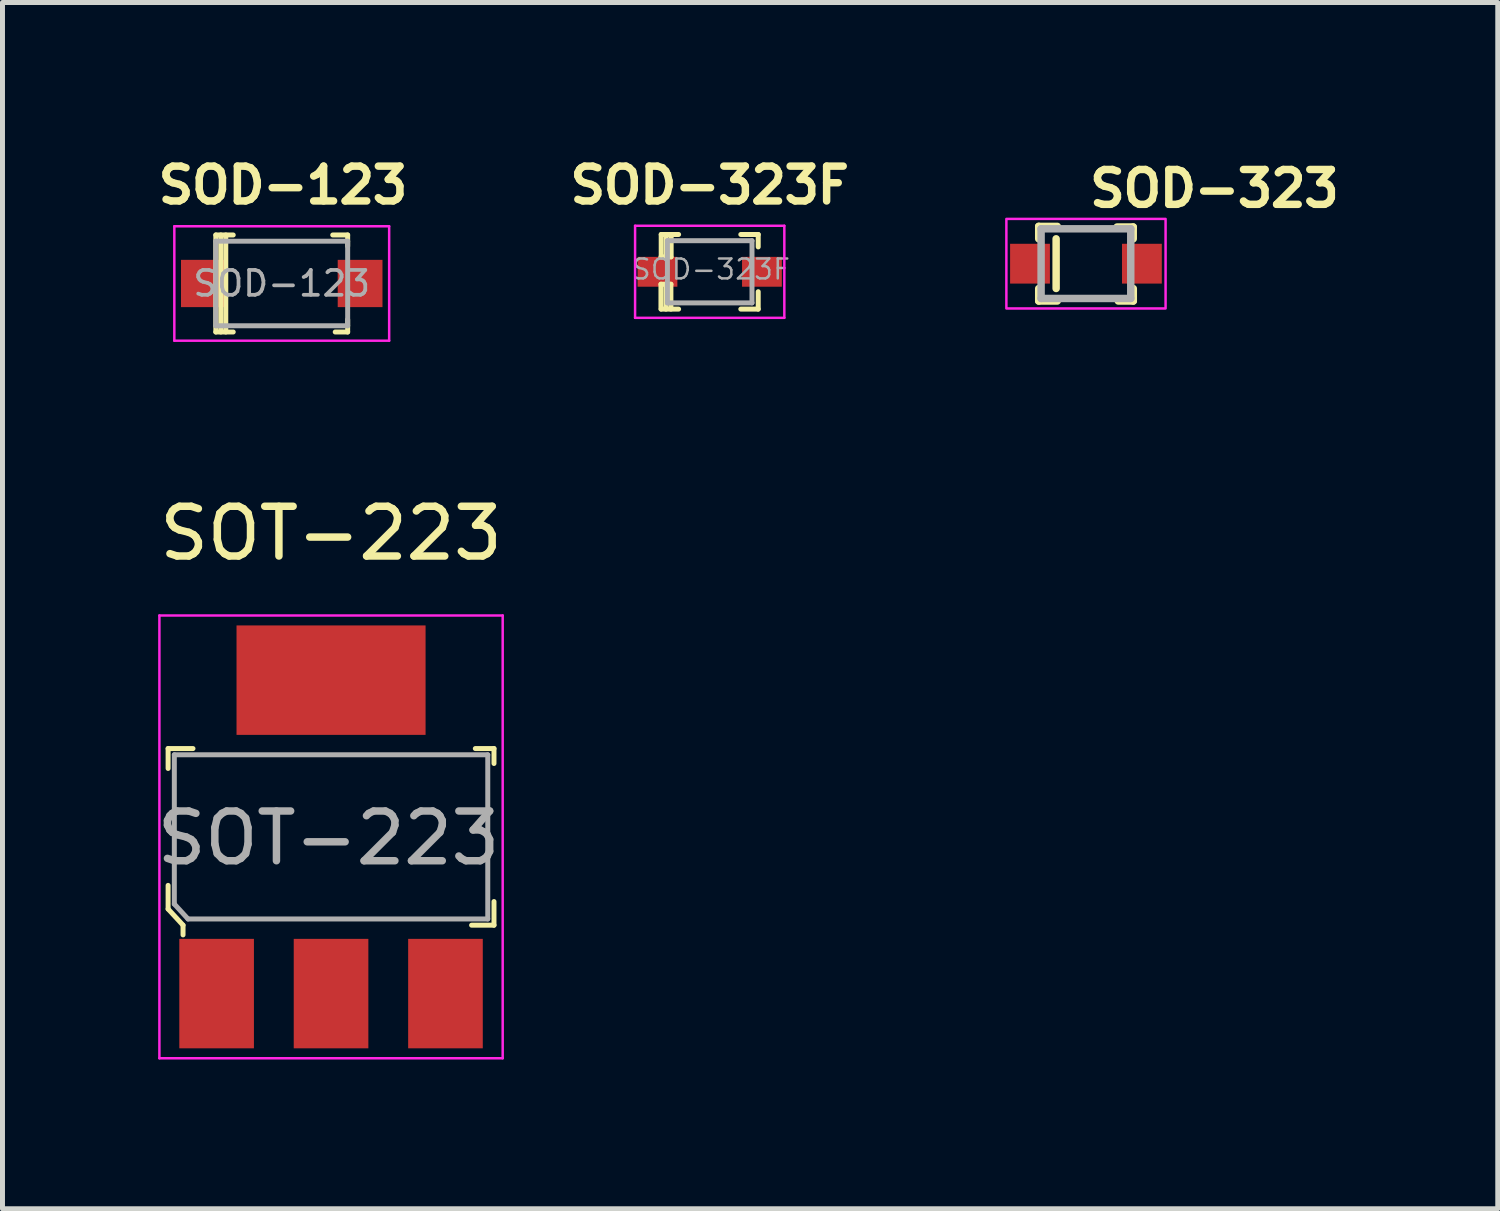
<source format=kicad_pcb>
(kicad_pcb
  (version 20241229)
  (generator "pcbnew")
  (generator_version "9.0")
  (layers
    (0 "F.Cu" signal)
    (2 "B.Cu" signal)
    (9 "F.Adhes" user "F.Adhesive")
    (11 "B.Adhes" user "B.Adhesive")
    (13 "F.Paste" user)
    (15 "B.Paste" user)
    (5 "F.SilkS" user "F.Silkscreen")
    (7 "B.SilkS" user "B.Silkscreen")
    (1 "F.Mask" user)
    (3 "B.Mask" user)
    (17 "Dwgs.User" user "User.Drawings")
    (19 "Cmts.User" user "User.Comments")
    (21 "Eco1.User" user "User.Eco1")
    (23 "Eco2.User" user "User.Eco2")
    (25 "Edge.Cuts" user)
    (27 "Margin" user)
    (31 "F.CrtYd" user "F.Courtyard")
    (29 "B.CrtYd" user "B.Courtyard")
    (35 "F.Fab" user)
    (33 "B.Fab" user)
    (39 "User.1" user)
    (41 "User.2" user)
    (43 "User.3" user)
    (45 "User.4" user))
  (footprint "SOD-123"
    (layer "F.Cu")
    (at 2.613 2.648)
    (property "Reference" "SOD-123" (at 0.025 -1.975 0) (layer "F.SilkS") (effects (font (size 0.7 0.7) (thickness 0.15))))
    (attr smd)
    (fp_line (start -1.325 -0.975) (end -1.325 0.975) (stroke (width 0.1) (type solid)) (layer "F.SilkS"))
    (fp_line (start -1.225 -0.975) (end -1.225 0.975) (stroke (width 0.1) (type solid)) (layer "F.SilkS"))
    (fp_line (start -1.125 -0.975) (end -1.125 0.975) (stroke (width 0.1) (type solid)) (layer "F.SilkS"))
    (fp_line (start -0.975 -0.975) (end -1.325 -0.975) (stroke (width 0.1) (type solid)) (layer "F.SilkS"))
    (fp_line (start -0.975 0.975) (end -1.325 0.975) (stroke (width 0.1) (type solid)) (layer "F.SilkS"))
    (fp_line (start 1.025 -0.975) (end 1.325 -0.975) (stroke (width 0.1) (type solid)) (layer "F.SilkS"))
    (fp_line (start 1.325 -0.975) (end 1.325 -0.75) (stroke (width 0.1) (type solid)) (layer "F.SilkS"))
    (fp_line (start 1.325 0.725) (end 1.325 0.975) (stroke (width 0.1) (type solid)) (layer "F.SilkS"))
    (fp_line (start 1.325 0.975) (end 1.075 0.975) (stroke (width 0.1) (type solid)) (layer "F.SilkS"))
    (fp_line (start -2.159 1.15) (end -2.159 -1.15) (stroke (width 0.05) (type solid)) (layer "F.CrtYd"))
    (fp_line (start 2.159 -1.15) (end -2.159 -1.15) (stroke (width 0.05) (type solid)) (layer "F.CrtYd"))
    (fp_line (start 2.159 -1.15) (end 2.159 1.15) (stroke (width 0.05) (type solid)) (layer "F.CrtYd"))
    (fp_line (start 2.159 1.15) (end -2.159 1.15) (stroke (width 0.05) (type solid)) (layer "F.CrtYd"))
    (fp_line (start -1.325 -0.85) (end -1.325 0.85) (stroke (width 0.1) (type solid)) (layer "F.Fab"))
    (fp_line (start -1.325 -0.85) (end 1.325 -0.85) (stroke (width 0.1) (type solid)) (layer "F.Fab"))
    (fp_line (start -1.325 0.85) (end 1.325 0.85) (stroke (width 0.1) (type solid)) (layer "F.Fab"))
    (fp_line (start 1.325 -0.85) (end 1.325 0.85) (stroke (width 0.1) (type solid)) (layer "F.Fab"))
    (fp_text user "${REFERENCE}" (at 0 0 0) (layer "F.Fab") (effects (font (size 0.5 0.5) (thickness 0.075))))
    (pad "A" smd rect (at 1.575 0) (size 0.9 0.95) (layers "F.Cu" "F.Mask" "F.Paste"))
    (pad "K" smd rect (at -1.575 0) (size 0.9 0.95) (layers "F.Cu" "F.Mask" "F.Paste")))
  (footprint "SOD-323F"
    (layer "F.Cu")
    (at 11.215 2.413)
    (property "Reference" "SOD-323F" (at 0 -1.74 0) (layer "F.SilkS") (effects (font (size 0.7 0.7) (thickness 0.15))))
    (attr smd)
    (fp_line (start -0.98 -0.3) (end -0.78 -0.3) (stroke (width 0.1) (type solid)) (layer "F.SilkS"))
    (fp_line (start -0.98 0.25) (end -0.78 0.25) (stroke (width 0.1) (type solid)) (layer "F.SilkS"))
    (fp_line (start -0.98 0.75) (end -0.98 0.25) (stroke (width 0.1) (type solid)) (layer "F.SilkS"))
    (fp_line (start -0.975 -0.75) (end -0.975 -0.3) (stroke (width 0.1) (type solid)) (layer "F.SilkS"))
    (fp_line (start -0.88 0.75) (end -0.88 0.25) (stroke (width 0.1) (type solid)) (layer "F.SilkS"))
    (fp_line (start -0.875 -0.75) (end -0.875 -0.3) (stroke (width 0.1) (type solid)) (layer "F.SilkS"))
    (fp_line (start -0.78 0.75) (end -0.78 0.25) (stroke (width 0.1) (type solid)) (layer "F.SilkS"))
    (fp_line (start -0.775 -0.75) (end -0.775 -0.3) (stroke (width 0.1) (type solid)) (layer "F.SilkS"))
    (fp_line (start -0.625 -0.75) (end -0.975 -0.75) (stroke (width 0.1) (type solid)) (layer "F.SilkS"))
    (fp_line (start -0.625 0.75) (end -0.975 0.75) (stroke (width 0.1) (type solid)) (layer "F.SilkS"))
    (fp_line (start 0.625 -0.75) (end 0.975 -0.75) (stroke (width 0.1) (type solid)) (layer "F.SilkS"))
    (fp_line (start 0.975 -0.75) (end 0.975 -0.5) (stroke (width 0.1) (type solid)) (layer "F.SilkS"))
    (fp_line (start 0.975 0.4) (end 0.975 0.75) (stroke (width 0.1) (type solid)) (layer "F.SilkS"))
    (fp_line (start 0.975 0.75) (end 0.625 0.75) (stroke (width 0.1) (type solid)) (layer "F.SilkS"))
    (fp_line (start -1.5 -0.925) (end 1.5 -0.925) (stroke (width 0.05) (type solid)) (layer "F.CrtYd"))
    (fp_line (start -1.5 0.925) (end -1.5 -0.925) (stroke (width 0.05) (type solid)) (layer "F.CrtYd"))
    (fp_line (start 1.5 -0.925) (end 1.5 0.925) (stroke (width 0.05) (type solid)) (layer "F.CrtYd"))
    (fp_line (start 1.5 0.925) (end -1.5 0.925) (stroke (width 0.05) (type solid)) (layer "F.CrtYd"))
    (fp_line (start -0.85 -0.625) (end 0.85 -0.625) (stroke (width 0.1) (type solid)) (layer "F.Fab"))
    (fp_line (start -0.85 0.625) (end -0.85 -0.625) (stroke (width 0.1) (type solid)) (layer "F.Fab"))
    (fp_line (start -0.85 0.625) (end 0.85 0.625) (stroke (width 0.1) (type solid)) (layer "F.Fab"))
    (fp_line (start 0.85 -0.625) (end 0.85 0.625) (stroke (width 0.1) (type solid)) (layer "F.Fab"))
    (fp_text user "${REFERENCE}" (at 0.025 -0.05 0) (layer "F.Fab") (effects (font (size 0.4 0.4) (thickness 0.05))))
    (pad "A" smd rect (at 1.05 0) (size 0.8 0.6) (layers "F.Cu" "F.Mask" "F.Paste"))
    (pad "K" smd rect (at -1.05 0) (size 0.8 0.6) (layers "F.Cu" "F.Mask" "F.Paste")))
  (footprint "SOT-223"
    (layer "F.Cu")
    (at 3.604 13.771)
    (property "Reference" "SOT-223" (at 0 -6.1 0) (layer "F.SilkS") (effects (font (size 1 1) (thickness 0.15))))
    (attr smd)
    (fp_line (start -3.275 -1.775) (end -3.275 -1.375) (stroke (width 0.1) (type solid)) (layer "F.SilkS"))
    (fp_line (start -3.275 0.975) (end -3.275 1.45) (stroke (width 0.1) (type solid)) (layer "F.SilkS"))
    (fp_line (start -3.275 1.45) (end -2.975 1.775) (stroke (width 0.1) (type solid)) (layer "F.SilkS"))
    (fp_line (start -2.975 1.775) (end -2.975 1.97) (stroke (width 0.1) (type solid)) (layer "F.SilkS"))
    (fp_line (start -2.775 -1.775) (end -3.275 -1.775) (stroke (width 0.1) (type solid)) (layer "F.SilkS"))
    (fp_line (start 2.9 -1.775) (end 3.275 -1.775) (stroke (width 0.1) (type solid)) (layer "F.SilkS"))
    (fp_line (start 3.275 -1.775) (end 3.275 -1.475) (stroke (width 0.1) (type solid)) (layer "F.SilkS"))
    (fp_line (start 3.275 1.3) (end 3.275 1.775) (stroke (width 0.1) (type solid)) (layer "F.SilkS"))
    (fp_line (start 3.275 1.775) (end 2.825 1.775) (stroke (width 0.1) (type solid)) (layer "F.SilkS"))
    (fp_line (start -3.45 -4.45) (end -3.45 4.45) (stroke (width 0.05) (type solid)) (layer "F.CrtYd"))
    (fp_line (start -3.45 4.45) (end 3.45 4.45) (stroke (width 0.05) (type solid)) (layer "F.CrtYd"))
    (fp_line (start 3.45 -4.45) (end -3.45 -4.45) (stroke (width 0.05) (type solid)) (layer "F.CrtYd"))
    (fp_line (start 3.45 -4.45) (end 3.45 4.45) (stroke (width 0.05) (type solid)) (layer "F.CrtYd"))
    (fp_line (start -3.15 -1.65) (end 3.15 -1.65) (stroke (width 0.1) (type solid)) (layer "F.Fab"))
    (fp_line (start -3.15 1.35) (end -3.15 -1.65) (stroke (width 0.1) (type solid)) (layer "F.Fab"))
    (fp_line (start -3.15 1.35) (end -2.875 1.65) (stroke (width 0.1) (type solid)) (layer "F.Fab"))
    (fp_line (start 3.15 -1.65) (end 3.15 1.65) (stroke (width 0.1) (type solid)) (layer "F.Fab"))
    (fp_line (start 3.15 1.65) (end -2.875 1.65) (stroke (width 0.1) (type solid)) (layer "F.Fab"))
    (fp_text user "${REFERENCE}" (at -0.05 0.025 0) (layer "F.Fab") (effects (font (size 1 1) (thickness 0.15))))
    (pad "1" smd rect (at -2.3 3.15) (size 1.5 2.2) (layers "F.Cu" "F.Mask" "F.Paste"))
    (pad "2" smd rect (at 0 3.15) (size 1.5 2.2) (layers "F.Cu" "F.Mask" "F.Paste"))
    (pad "3" smd rect (at 2.3 3.15) (size 1.5 2.2) (layers "F.Cu" "F.Mask" "F.Paste"))
    (pad "4" smd rect (at 0 -3.15) (size 3.8 2.2) (layers "F.Cu" "F.Mask" "F.Paste")))
  (footprint "SOD-323"
    (layer "F.Cu")
    (at 18.778 2.25)
    (property "Reference" "SOD-323" (at 0 -1.1 0) (layer "F.SilkS") (effects (font (size 0.7 0.7) (thickness 0.15)) (justify left bottom)))
    (attr smd)
    (fp_line (start -0.95 -0.75) (end -0.95 -0.5) (stroke (width 0.15) (type solid)) (layer "F.SilkS"))
    (fp_line (start -0.95 0.5) (end -0.95 0.75) (stroke (width 0.15) (type solid)) (layer "F.SilkS"))
    (fp_line (start -0.6 -0.5) (end -0.6 0.498) (stroke (width 0.15) (type solid)) (layer "F.SilkS"))
    (fp_line (start -0.577 -0.75) (end -0.95 -0.75) (stroke (width 0.15) (type solid)) (layer "F.SilkS"))
    (fp_line (start -0.577 0.75) (end -0.95 0.75) (stroke (width 0.15) (type solid)) (layer "F.SilkS"))
    (fp_line (start 0.625 -0.737) (end 0.95 -0.737) (stroke (width 0.15) (type solid)) (layer "F.SilkS"))
    (fp_line (start 0.95 -0.737) (end 0.95 -0.5) (stroke (width 0.15) (type solid)) (layer "F.SilkS"))
    (fp_line (start 0.951 0.5) (end 0.951 0.75) (stroke (width 0.15) (type solid)) (layer "F.SilkS"))
    (fp_line (start 0.951 0.75) (end 0.649 0.75) (stroke (width 0.15) (type solid)) (layer "F.SilkS"))
    (fp_rect (start -1.6 -0.9) (end 1.6 0.9) (stroke (width 0.05) (type solid)) (fill no) (layer "F.CrtYd"))
    (fp_line (start -0.902 0.699) (end -0.902 -0.701) (stroke (width 0.15) (type solid)) (layer "F.Fab"))
    (fp_line (start -0.902 0.699) (end 0.9 0.699) (stroke (width 0.15) (type solid)) (layer "F.Fab"))
    (fp_line (start 0.9 -0.701) (end -0.902 -0.701) (stroke (width 0.15) (type solid)) (layer "F.Fab"))
    (fp_line (start 0.9 -0.701) (end 0.9 0.699) (stroke (width 0.15) (type solid)) (layer "F.Fab"))
    (fp_rect (start -1.301 -0.677) (end 1.3 0.675) (stroke (width 0.1) (type solid)) (fill no) (layer "User.5"))
    (fp_line (start -1.301 -0.176) (end -1.301 0.174) (stroke (width 0.02) (type solid)) (layer "User.9"))
    (fp_line (start -1.301 0.174) (end -1.238 0.174) (stroke (width 0.02) (type solid)) (layer "User.9"))
    (fp_line (start -1.238 -0.176) (end -1.301 -0.176) (stroke (width 0.02) (type solid)) (layer "User.9"))
    (fp_line (start -1.238 0.174) (end -1.19 0.174) (stroke (width 0.02) (type solid)) (layer "User.9"))
    (fp_line (start -1.19 -0.176) (end -1.238 -0.176) (stroke (width 0.02) (type solid)) (layer "User.9"))
    (fp_line (start -1.19 0.174) (end -1.085 0.174) (stroke (width 0.02) (type solid)) (layer "User.9"))
    (fp_line (start -1.085 -0.176) (end -1.19 -0.176) (stroke (width 0.02) (type solid)) (layer "User.9"))
    (fp_line (start -0.902 -0.677) (end -0.801 -0.576) (stroke (width 0.02) (type solid)) (layer "User.9"))
    (fp_line (start -0.902 -0.677) (end 0.9 -0.677) (stroke (width 0.02) (type solid)) (layer "User.9"))
    (fp_line (start -0.902 -0.176) (end -0.902 -0.677) (stroke (width 0.02) (type solid)) (layer "User.9"))
    (fp_line (start -0.902 0.675) (end -0.902 0.174) (stroke (width 0.02) (type solid)) (layer "User.9"))
    (fp_line (start -0.902 0.675) (end -0.801 0.574) (stroke (width 0.02) (type solid)) (layer "User.9"))
    (fp_line (start -0.87 -0.176) (end -1.085 -0.176) (stroke (width 0.02) (type solid)) (layer "User.9"))
    (fp_line (start -0.87 0.174) (end -1.085 0.174) (stroke (width 0.02) (type solid)) (layer "User.9"))
    (fp_line (start -0.87 0.174) (end -0.87 -0.176) (stroke (width 0.02) (type solid)) (layer "User.9"))
    (fp_line (start -0.802 0.574) (end -0.802 -0.576) (stroke (width 0.02) (type solid)) (layer "User.9"))
    (fp_line (start -0.3 -0.576) (end -0.802 -0.576) (stroke (width 0.02) (type solid)) (layer "User.9"))
    (fp_line (start -0.3 -0.576) (end 0.8 -0.576) (stroke (width 0.02) (type solid)) (layer "User.9"))
    (fp_line (start -0.3 0.573) (end -0.802 0.573) (stroke (width 0.02) (type solid)) (layer "User.9"))
    (fp_line (start -0.3 0.574) (end 0.8 0.574) (stroke (width 0.02) (type solid)) (layer "User.9"))
    (fp_line (start 0.8 -0.576) (end 0.8 0.574) (stroke (width 0.02) (type solid)) (layer "User.9"))
    (fp_line (start 0.8 -0.576) (end 0.9 -0.677) (stroke (width 0.02) (type solid)) (layer "User.9"))
    (fp_line (start 0.8 0.574) (end 0.9 0.675) (stroke (width 0.02) (type solid)) (layer "User.9"))
    (fp_line (start 0.868 -0.176) (end 0.868 0.174) (stroke (width 0.02) (type solid)) (layer "User.9"))
    (fp_line (start 0.868 -0.176) (end 1.084 -0.176) (stroke (width 0.02) (type solid)) (layer "User.9"))
    (fp_line (start 0.868 0.174) (end 1.084 0.174) (stroke (width 0.02) (type solid)) (layer "User.9"))
    (fp_line (start 0.9 -0.677) (end 0.9 -0.176) (stroke (width 0.02) (type solid)) (layer "User.9"))
    (fp_line (start 0.9 0.174) (end 0.9 0.675) (stroke (width 0.02) (type solid)) (layer "User.9"))
    (fp_line (start 0.9 0.675) (end -0.902 0.675) (stroke (width 0.02) (type solid)) (layer "User.9"))
    (fp_line (start 1.084 0.174) (end 1.187 0.174) (stroke (width 0.02) (type solid)) (layer "User.9"))
    (fp_line (start 1.187 -0.176) (end 1.084 -0.176) (stroke (width 0.02) (type solid)) (layer "User.9"))
    (fp_line (start 1.187 0.174) (end 1.237 0.174) (stroke (width 0.02) (type solid)) (layer "User.9"))
    (fp_line (start 1.237 -0.176) (end 1.187 -0.176) (stroke (width 0.02) (type solid)) (layer "User.9"))
    (fp_line (start 1.237 0.174) (end 1.3 0.174) (stroke (width 0.02) (type solid)) (layer "User.9"))
    (fp_line (start 1.3 -0.176) (end 1.237 -0.176) (stroke (width 0.02) (type solid)) (layer "User.9"))
    (fp_line (start 1.3 0.174) (end 1.3 -0.176) (stroke (width 0.02) (type solid)) (layer "User.9"))
    (pad "A" smd rect (at 1.124 0) (size 0.8 0.8) (layers "F.Cu" "F.Mask" "F.Paste"))
    (pad "K" smd rect (at -1.125 0) (size 0.8 0.8) (layers "F.Cu" "F.Mask" "F.Paste")))
  (gr_rect
    (start -3 -3)
    (end 27.055 21.246)
    (stroke (width 0.1) (type default))
    (fill no)
    (layer "Edge.Cuts")))
</source>
